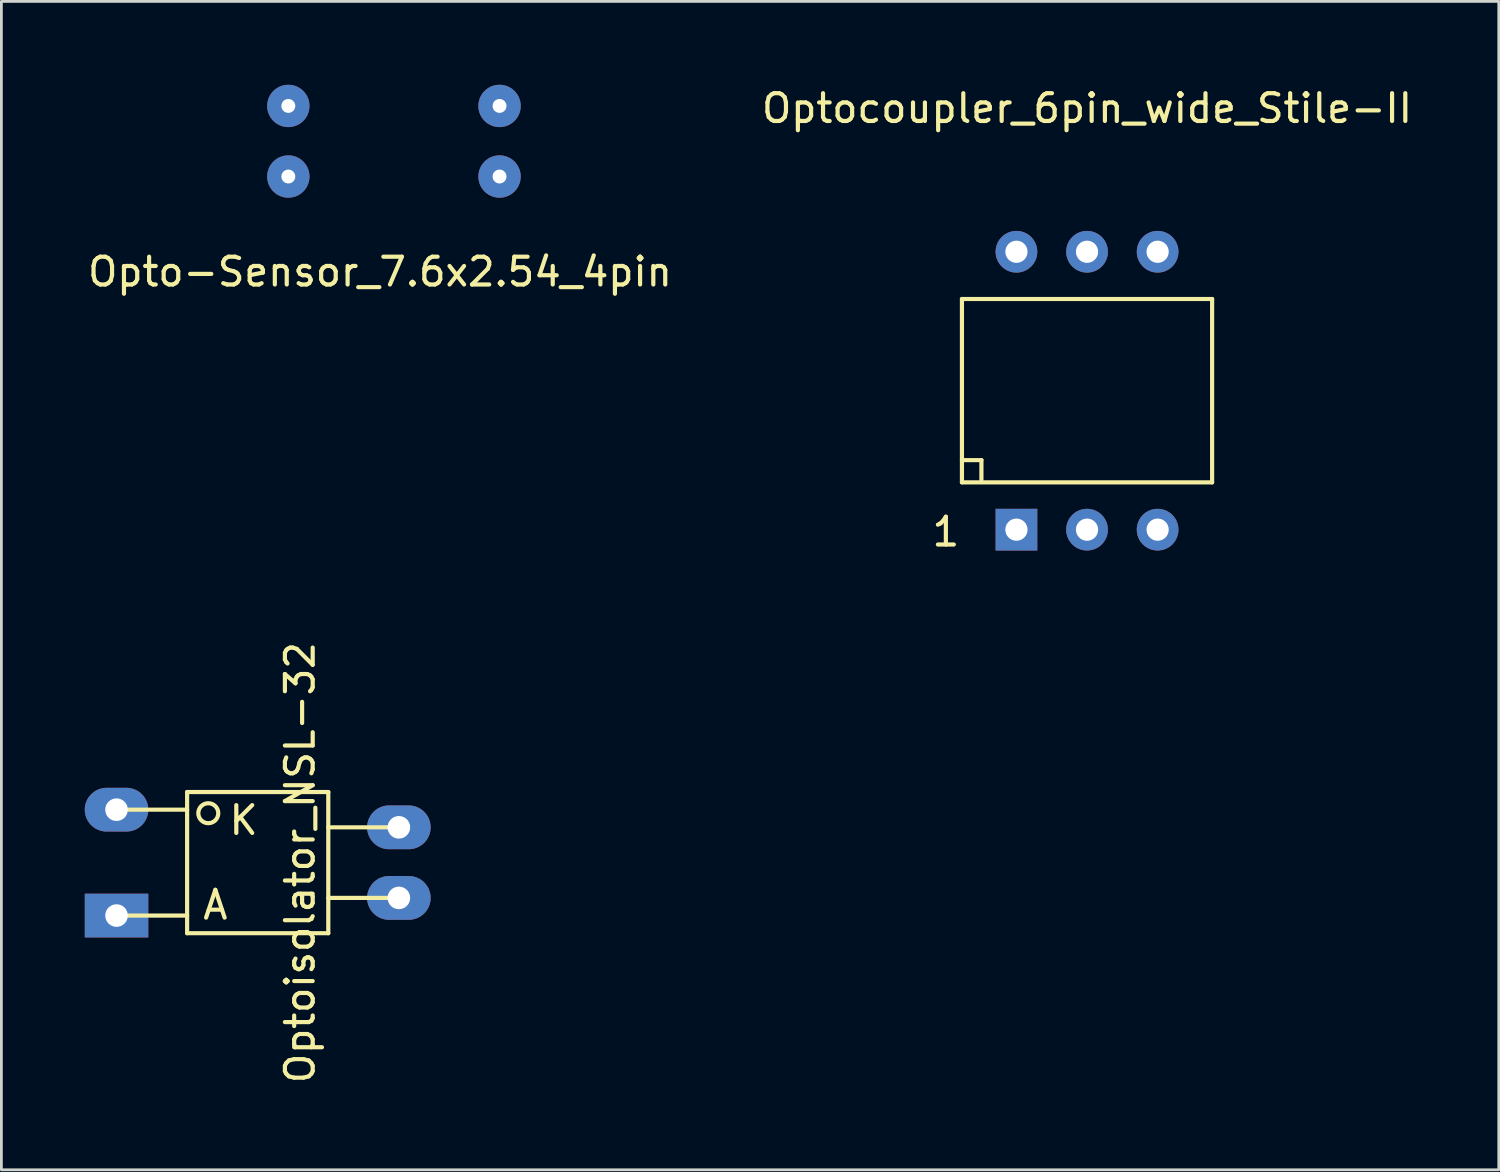
<source format=kicad_pcb>
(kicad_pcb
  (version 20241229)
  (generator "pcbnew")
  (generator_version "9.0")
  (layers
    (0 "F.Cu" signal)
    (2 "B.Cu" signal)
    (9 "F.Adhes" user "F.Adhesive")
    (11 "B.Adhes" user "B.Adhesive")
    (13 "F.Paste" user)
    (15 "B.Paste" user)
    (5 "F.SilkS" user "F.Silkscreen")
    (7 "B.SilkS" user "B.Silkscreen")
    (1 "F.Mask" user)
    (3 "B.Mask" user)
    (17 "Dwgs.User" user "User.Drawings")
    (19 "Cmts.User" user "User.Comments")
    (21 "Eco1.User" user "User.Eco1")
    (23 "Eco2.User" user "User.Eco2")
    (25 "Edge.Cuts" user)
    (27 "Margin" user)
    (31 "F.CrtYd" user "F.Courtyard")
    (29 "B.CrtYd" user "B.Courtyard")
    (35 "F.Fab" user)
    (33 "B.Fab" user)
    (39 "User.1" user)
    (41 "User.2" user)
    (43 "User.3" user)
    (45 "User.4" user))
  (footprint "Optoisolator_NSL-32"
    (layer "F.Cu")
    (at 6.223 27.99)
    (property "Reference" "Optoisolator_NSL-32" (at 1.524 0 90) (layer "F.SilkS") (effects (font (size 1 1) (thickness 0.15))))
    (attr through_hole)
    (fp_line (start -5.08 -1.905) (end -2.54 -1.905) (stroke (width 0.15) (type solid)) (layer "F.SilkS"))
    (fp_line (start -5.08 1.905) (end -2.54 1.905) (stroke (width 0.15) (type solid)) (layer "F.SilkS"))
    (fp_line (start -2.54 -2.54) (end 2.54 -2.54) (stroke (width 0.15) (type solid)) (layer "F.SilkS"))
    (fp_line (start -2.54 2.54) (end -2.54 -2.54) (stroke (width 0.15) (type solid)) (layer "F.SilkS"))
    (fp_line (start 2.54 -2.54) (end 2.54 2.54) (stroke (width 0.15) (type solid)) (layer "F.SilkS"))
    (fp_line (start 2.54 -1.27) (end 5.08 -1.27) (stroke (width 0.15) (type solid)) (layer "F.SilkS"))
    (fp_line (start 2.54 1.27) (end 5.08 1.27) (stroke (width 0.15) (type solid)) (layer "F.SilkS"))
    (fp_line (start 2.54 2.54) (end -2.54 2.54) (stroke (width 0.15) (type solid)) (layer "F.SilkS"))
    (fp_circle (center -1.778 -1.778) (end -1.524 -1.524) (stroke (width 0.15) (type solid)) (fill no) (layer "F.SilkS"))
    (fp_text user "A" (at -1.524 1.524 0) (layer "F.SilkS") (effects (font (size 1 1) (thickness 0.15))))
    (fp_text user "K" (at -0.508 -1.524 0) (layer "F.SilkS") (effects (font (size 1 1) (thickness 0.15))))
    (pad "1" thru_hole rect (at -5.08 1.905) (size 2.286 1.575) (drill 0.813) (layers "*.Cu" "*.Mask"))
    (pad "2" thru_hole oval (at -5.08 -1.905) (size 2.286 1.575) (drill 0.813) (layers "*.Cu" "*.Mask"))
    (pad "3" thru_hole oval (at 5.08 -1.27) (size 2.286 1.575) (drill 0.813) (layers "*.Cu" "*.Mask"))
    (pad "4" thru_hole oval (at 5.08 1.27) (size 2.286 1.575) (drill 0.813) (layers "*.Cu" "*.Mask")))
  (footprint "Opto-Sensor_7.6x2.54_4pin"
    (layer "F.Cu")
    (at 11.125 2.032)
    (property "Reference" "Opto-Sensor_7.6x2.54_4pin" (at -0.5 4.7 0) (layer "F.SilkS") (effects (font (size 1 1) (thickness 0.15))))
    (attr through_hole)
    (pad "1" thru_hole circle (at -3.8 -1.27) (size 1.524 1.524) (drill 0.5) (layers "*.Cu" "*.Mask"))
    (pad "2" thru_hole circle (at -3.8 1.27) (size 1.524 1.524) (drill 0.5) (layers "*.Cu" "*.Mask"))
    (pad "3" thru_hole circle (at 3.8 -1.27) (size 1.524 1.524) (drill 0.5) (layers "*.Cu" "*.Mask"))
    (pad "4" thru_hole circle (at 3.8 1.27) (size 1.524 1.524) (drill 0.5) (layers "*.Cu" "*.Mask")))
  (footprint "Optocoupler_6pin_wide_Stile-II"
    (layer "F.Cu")
    (at 36.065 11.008)
    (property "Reference" "Optocoupler_6pin_wide_Stile-II" (at 0 -10.16 0) (layer "F.SilkS") (effects (font (size 1 1) (thickness 0.15))))
    (attr through_hole)
    (fp_line (start -4.501 -3.299) (end 4.501 -3.299) (stroke (width 0.15) (type solid)) (layer "F.SilkS"))
    (fp_line (start -4.501 2.499) (end -3.8 2.499) (stroke (width 0.15) (type solid)) (layer "F.SilkS"))
    (fp_line (start -4.501 3.299) (end -4.501 -3.299) (stroke (width 0.15) (type solid)) (layer "F.SilkS"))
    (fp_line (start -3.8 2.499) (end -3.8 3.2) (stroke (width 0.15) (type solid)) (layer "F.SilkS"))
    (fp_line (start 4.501 -3.299) (end 4.501 3.299) (stroke (width 0.15) (type solid)) (layer "F.SilkS"))
    (fp_line (start 4.501 3.299) (end -4.501 3.299) (stroke (width 0.15) (type solid)) (layer "F.SilkS"))
    (fp_text user "1" (at -5.08 5.08 0) (layer "F.SilkS") (effects (font (size 1 1) (thickness 0.15))))
    (pad "1" thru_hole rect (at -2.54 5.001) (size 1.501 1.501) (drill 0.8) (layers "*.Cu" "*.Mask"))
    (pad "2" thru_hole circle (at 0 5.001) (size 1.501 1.501) (drill 0.8) (layers "*.Cu" "*.Mask"))
    (pad "3" thru_hole circle (at 2.54 5.001) (size 1.501 1.501) (drill 0.8) (layers "*.Cu" "*.Mask"))
    (pad "4" thru_hole circle (at 2.54 -4.999) (size 1.501 1.501) (drill 0.8) (layers "*.Cu" "*.Mask"))
    (pad "5" thru_hole circle (at 0 -4.999) (size 1.501 1.501) (drill 0.8) (layers "*.Cu" "*.Mask"))
    (pad "6" thru_hole circle (at -2.54 -4.999) (size 1.501 1.501) (drill 0.8) (layers "*.Cu" "*.Mask")))
  (gr_rect
    (start -3 -3)
    (end 50.881 39.044)
    (stroke (width 0.1) (type default))
    (fill no)
    (layer "Edge.Cuts")))
</source>
